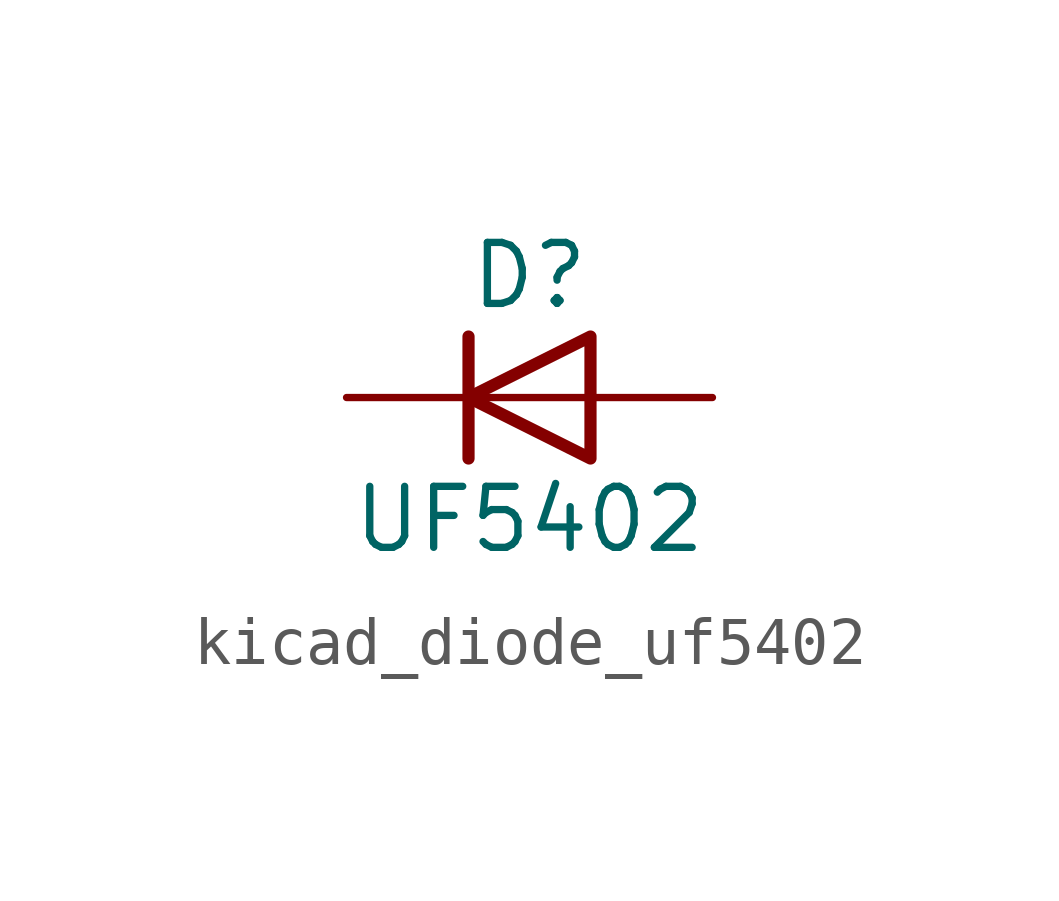
<source format=kicad_sym>
(kicad_symbol_lib
  (version 20220914)
  (generator kicad_symbol_editor)
  (symbol "kicad_diode_uf5402"
    (pin_numbers hide)
    (pin_names hide)
    (property "Reference" "D"
      (at 0 2.54 0)
      (effects (font (size 1.27 1.27))))
    (property "Value" "UF5402"
      (at 0 -2.54 0)
      (effects (font (size 1.27 1.27))))
    (symbol "kicad_diode_uf5402_0_1"
      (polyline (pts (xy -1.27 1.27) (xy -1.27 -1.27)) (stroke (width 0.254) (type default)) (fill (type none)))
      (polyline (pts (xy 1.27 0) (xy -1.27 0)) (stroke (width 0) (type default)) (fill (type none)))
      (polyline (pts (xy 1.27 1.27) (xy 1.27 -1.27) (xy -1.27 0) (xy 1.27 1.27)) (stroke (width 0.254) (type default)) (fill (type none))))
    (symbol "kicad_diode_uf5402_1_1"
      (pin passive line (at -3.81 0 0) (length 2.54) (name "K" (effects (font (size 1.27 1.27)))) (number "1" (effects (font (size 1.27 1.27)))))
      (pin passive line (at 3.81 0 180) (length 2.54) (name "A" (effects (font (size 1.27 1.27)))) (number "2" (effects (font (size 1.27 1.27))))))))
</source>
